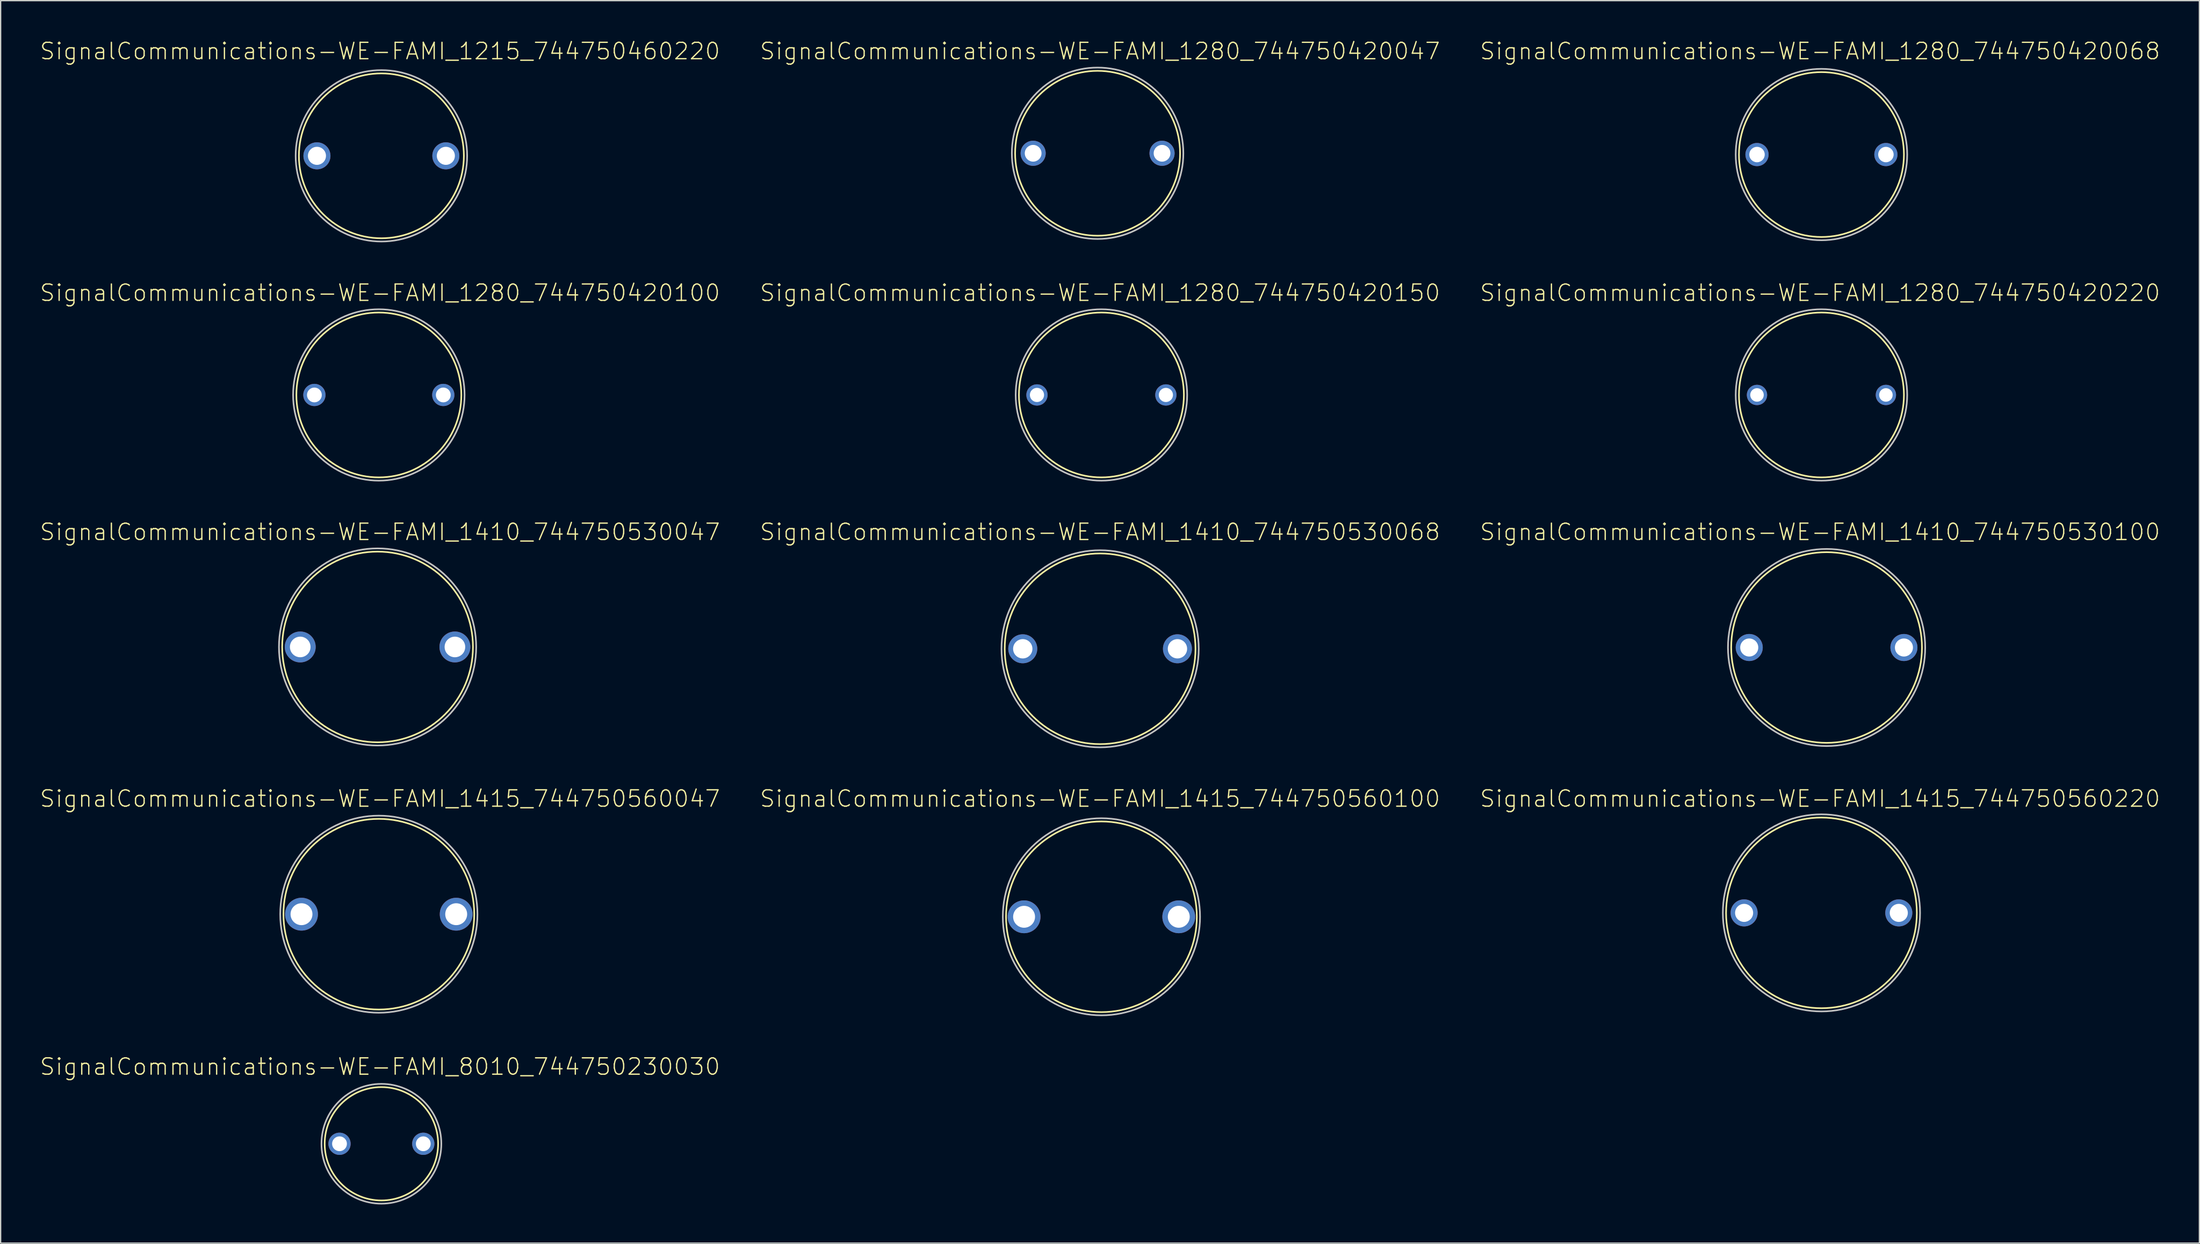
<source format=kicad_pcb>
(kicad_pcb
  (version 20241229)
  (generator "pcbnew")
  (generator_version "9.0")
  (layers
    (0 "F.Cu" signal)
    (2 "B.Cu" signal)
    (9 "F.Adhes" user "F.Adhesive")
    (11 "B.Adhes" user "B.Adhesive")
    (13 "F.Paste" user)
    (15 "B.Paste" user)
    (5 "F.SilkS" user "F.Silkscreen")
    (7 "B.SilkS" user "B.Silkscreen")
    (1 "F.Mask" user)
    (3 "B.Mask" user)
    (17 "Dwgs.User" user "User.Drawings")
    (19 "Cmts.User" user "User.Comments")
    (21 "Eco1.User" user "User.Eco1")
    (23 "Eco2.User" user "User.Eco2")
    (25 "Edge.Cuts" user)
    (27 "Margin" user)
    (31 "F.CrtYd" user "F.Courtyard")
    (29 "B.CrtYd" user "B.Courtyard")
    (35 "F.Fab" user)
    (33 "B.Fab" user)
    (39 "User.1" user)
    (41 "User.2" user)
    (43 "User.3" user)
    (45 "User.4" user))
  (footprint "SignalCommunications-WE-FAMI_1280_744750420100"
    (layer "F.Cu")
    (at 26.334 27.603)
    (property "Reference" "SignalCommunications-WE-FAMI_1280_744750420100" (at 0.089 -7.925 0) (layer "F.SilkS") (effects (font (size 1.27 1.27) (thickness 0.102))))
    (attr exclude_from_pos_files exclude_from_bom)
    (fp_circle (center 0 0) (end 0 -6.398) (stroke (width 0.127) (type solid)) (fill no) (layer "F.SilkS"))
    (fp_circle (center 0 0) (end 0 -6.65) (stroke (width 0.127) (type solid)) (fill no) (layer "Dwgs.User"))
    (pad "1" thru_hole circle (at -4.999 0) (size 1.725 1.725) (drill 1.148) (layers "*.Cu" "*.Paste" "*.Mask"))
    (pad "2" thru_hole circle (at 4.999 0) (size 1.725 1.725) (drill 1.148) (layers "*.Cu" "*.Paste" "*.Mask")))
  (footprint "SignalCommunications-WE-FAMI_1415_744750560047"
    (layer "F.Cu")
    (at 26.334 67.902)
    (property "Reference" "SignalCommunications-WE-FAMI_1415_744750560047" (at 0.089 -8.966 0) (layer "F.SilkS") (effects (font (size 1.27 1.27) (thickness 0.102))))
    (attr exclude_from_pos_files exclude_from_bom)
    (fp_circle (center 0 0) (end 0 -7.399) (stroke (width 0.127) (type solid)) (fill no) (layer "F.SilkS"))
    (fp_circle (center 0 0) (end 0 -7.648) (stroke (width 0.127) (type solid)) (fill no) (layer "Dwgs.User"))
    (pad "1" thru_hole circle (at -5.999 0) (size 2.548 2.548) (drill 1.699) (layers "*.Cu" "*.Paste" "*.Mask"))
    (pad "2" thru_hole circle (at 5.999 0) (size 2.548 2.548) (drill 1.699) (layers "*.Cu" "*.Paste" "*.Mask")))
  (footprint "SignalCommunications-WE-FAMI_1280_744750420150"
    (layer "F.Cu")
    (at 82.379 27.603)
    (property "Reference" "SignalCommunications-WE-FAMI_1280_744750420150" (at -0.109 -7.925 0) (layer "F.SilkS") (effects (font (size 1.27 1.27) (thickness 0.102))))
    (attr exclude_from_pos_files exclude_from_bom)
    (fp_circle (center 0 0) (end 0 -6.398) (stroke (width 0.127) (type solid)) (fill no) (layer "F.SilkS"))
    (fp_circle (center 0 0) (end 0 -6.65) (stroke (width 0.127) (type solid)) (fill no) (layer "Dwgs.User"))
    (pad "1" thru_hole circle (at -4.999 0) (size 1.648 1.648) (drill 1.1) (layers "*.Cu" "*.Paste" "*.Mask"))
    (pad "2" thru_hole circle (at 4.999 0) (size 1.648 1.648) (drill 1.1) (layers "*.Cu" "*.Paste" "*.Mask")))
  (footprint "SignalCommunications-WE-FAMI_1415_744750560220"
    (layer "F.Cu")
    (at 138.226 67.8)
    (property "Reference" "SignalCommunications-WE-FAMI_1415_744750560220" (at -0.109 -8.865 0) (layer "F.SilkS") (effects (font (size 1.27 1.27) (thickness 0.102))))
    (attr exclude_from_pos_files exclude_from_bom)
    (fp_circle (center 0 0) (end 0 -7.399) (stroke (width 0.127) (type solid)) (fill no) (layer "F.SilkS"))
    (fp_circle (center 0 0) (end 0 -7.648) (stroke (width 0.127) (type solid)) (fill no) (layer "Dwgs.User"))
    (pad "1" thru_hole circle (at -5.999 0) (size 2.098 2.098) (drill 1.4) (layers "*.Cu" "*.Paste" "*.Mask"))
    (pad "2" thru_hole circle (at 5.999 0) (size 2.098 2.098) (drill 1.4) (layers "*.Cu" "*.Paste" "*.Mask")))
  (footprint "SignalCommunications-WE-FAMI_1410_744750530068"
    (layer "F.Cu")
    (at 82.277 47.303)
    (property "Reference" "SignalCommunications-WE-FAMI_1410_744750530068" (at -0.008 -9.065 0) (layer "F.SilkS") (effects (font (size 1.27 1.27) (thickness 0.102))))
    (attr exclude_from_pos_files exclude_from_bom)
    (fp_circle (center 0 0) (end 0 -7.399) (stroke (width 0.127) (type solid)) (fill no) (layer "F.SilkS"))
    (fp_circle (center 0 0) (end 0 -7.648) (stroke (width 0.127) (type solid)) (fill no) (layer "Dwgs.User"))
    (pad "1" thru_hole circle (at -5.999 0) (size 2.248 2.248) (drill 1.499) (layers "*.Cu" "*.Paste" "*.Mask"))
    (pad "2" thru_hole circle (at 5.999 0) (size 2.248 2.248) (drill 1.499) (layers "*.Cu" "*.Paste" "*.Mask")))
  (footprint "SignalCommunications-WE-FAMI_1215_744750460220"
    (layer "F.Cu")
    (at 26.532 9.044)
    (property "Reference" "SignalCommunications-WE-FAMI_1215_744750460220" (at -0.109 -8.123 0) (layer "F.SilkS") (effects (font (size 1.27 1.27) (thickness 0.102))))
    (attr exclude_from_pos_files exclude_from_bom)
    (fp_circle (center 0 0) (end 0 -6.398) (stroke (width 0.127) (type solid)) (fill no) (layer "F.SilkS"))
    (fp_circle (center 0 0) (end 0 -6.65) (stroke (width 0.127) (type solid)) (fill no) (layer "Dwgs.User"))
    (pad "1" thru_hole circle (at -4.999 0) (size 2.098 2.098) (drill 1.4) (layers "*.Cu" "*.Paste" "*.Mask"))
    (pad "2" thru_hole circle (at 4.999 0) (size 2.098 2.098) (drill 1.4) (layers "*.Cu" "*.Paste" "*.Mask")))
  (footprint "SignalCommunications-WE-FAMI_1280_744750420068"
    (layer "F.Cu")
    (at 138.226 8.945)
    (property "Reference" "SignalCommunications-WE-FAMI_1280_744750420068" (at -0.109 -8.024 0) (layer "F.SilkS") (effects (font (size 1.27 1.27) (thickness 0.102))))
    (attr exclude_from_pos_files exclude_from_bom)
    (fp_circle (center 0 0) (end 0 -6.398) (stroke (width 0.127) (type solid)) (fill no) (layer "F.SilkS"))
    (fp_circle (center 0 0) (end 0 -6.65) (stroke (width 0.127) (type solid)) (fill no) (layer "Dwgs.User"))
    (pad "1" thru_hole circle (at -4.999 0) (size 1.798 1.798) (drill 1.199) (layers "*.Cu" "*.Paste" "*.Mask"))
    (pad "2" thru_hole circle (at 4.999 0) (size 1.798 1.798) (drill 1.199) (layers "*.Cu" "*.Paste" "*.Mask")))
  (footprint "SignalCommunications-WE-FAMI_1280_744750420047"
    (layer "F.Cu")
    (at 82.082 8.846)
    (property "Reference" "SignalCommunications-WE-FAMI_1280_744750420047" (at 0.188 -7.925 0) (layer "F.SilkS") (effects (font (size 1.27 1.27) (thickness 0.102))))
    (attr exclude_from_pos_files exclude_from_bom)
    (fp_circle (center 0 0) (end 0 -6.398) (stroke (width 0.127) (type solid)) (fill no) (layer "F.SilkS"))
    (fp_circle (center 0 0) (end 0 -6.65) (stroke (width 0.127) (type solid)) (fill no) (layer "Dwgs.User"))
    (pad "1" thru_hole circle (at -4.999 0) (size 1.948 1.948) (drill 1.298) (layers "*.Cu" "*.Paste" "*.Mask"))
    (pad "2" thru_hole circle (at 4.999 0) (size 1.948 1.948) (drill 1.298) (layers "*.Cu" "*.Paste" "*.Mask")))
  (footprint "SignalCommunications-WE-FAMI_1410_744750530047"
    (layer "F.Cu")
    (at 26.235 47.161)
    (property "Reference" "SignalCommunications-WE-FAMI_1410_744750530047" (at 0.188 -8.923 0) (layer "F.SilkS") (effects (font (size 1.27 1.27) (thickness 0.102))))
    (attr exclude_from_pos_files exclude_from_bom)
    (fp_circle (center 0 0) (end 0 -7.399) (stroke (width 0.127) (type solid)) (fill no) (layer "F.SilkS"))
    (fp_circle (center 0 0) (end 0 -7.648) (stroke (width 0.127) (type solid)) (fill no) (layer "Dwgs.User"))
    (pad "1" thru_hole circle (at -5.999 0) (size 2.398 2.398) (drill 1.598) (layers "*.Cu" "*.Paste" "*.Mask"))
    (pad "2" thru_hole circle (at 5.999 0) (size 2.398 2.398) (drill 1.598) (layers "*.Cu" "*.Paste" "*.Mask")))
  (footprint "SignalCommunications-WE-FAMI_1410_744750530100"
    (layer "F.Cu")
    (at 138.624 47.204)
    (property "Reference" "SignalCommunications-WE-FAMI_1410_744750530100" (at -0.508 -8.966 0) (layer "F.SilkS") (effects (font (size 1.27 1.27) (thickness 0.102))))
    (attr exclude_from_pos_files exclude_from_bom)
    (fp_circle (center 0 0) (end 0 -7.399) (stroke (width 0.127) (type solid)) (fill no) (layer "F.SilkS"))
    (fp_circle (center 0 0) (end 0 -7.648) (stroke (width 0.127) (type solid)) (fill no) (layer "Dwgs.User"))
    (pad "1" thru_hole circle (at -5.999 0) (size 2.098 2.098) (drill 1.4) (layers "*.Cu" "*.Paste" "*.Mask"))
    (pad "2" thru_hole circle (at 5.999 0) (size 2.098 2.098) (drill 1.4) (layers "*.Cu" "*.Paste" "*.Mask")))
  (footprint "SignalCommunications-WE-FAMI_1415_744750560100"
    (layer "F.Cu")
    (at 82.379 68.103)
    (property "Reference" "SignalCommunications-WE-FAMI_1415_744750560100" (at -0.109 -9.167 0) (layer "F.SilkS") (effects (font (size 1.27 1.27) (thickness 0.102))))
    (attr exclude_from_pos_files exclude_from_bom)
    (fp_circle (center 0 0) (end 0 -7.399) (stroke (width 0.127) (type solid)) (fill no) (layer "F.SilkS"))
    (fp_circle (center 0 0) (end 0 -7.648) (stroke (width 0.127) (type solid)) (fill no) (layer "Dwgs.User"))
    (pad "1" thru_hole circle (at -5.999 0) (size 2.548 2.548) (drill 1.699) (layers "*.Cu" "*.Paste" "*.Mask"))
    (pad "2" thru_hole circle (at 5.999 0) (size 2.548 2.548) (drill 1.699) (layers "*.Cu" "*.Paste" "*.Mask")))
  (footprint "SignalCommunications-WE-FAMI_1280_744750420220"
    (layer "F.Cu")
    (at 138.226 27.603)
    (property "Reference" "SignalCommunications-WE-FAMI_1280_744750420220" (at -0.109 -7.925 0) (layer "F.SilkS") (effects (font (size 1.27 1.27) (thickness 0.102))))
    (attr exclude_from_pos_files exclude_from_bom)
    (fp_circle (center 0 0) (end 0 -6.398) (stroke (width 0.127) (type solid)) (fill no) (layer "F.SilkS"))
    (fp_circle (center 0 0) (end 0 -6.65) (stroke (width 0.127) (type solid)) (fill no) (layer "Dwgs.User"))
    (pad "1" thru_hole circle (at -4.999 0) (size 1.575 1.575) (drill 1.049) (layers "*.Cu" "*.Paste" "*.Mask"))
    (pad "2" thru_hole circle (at 4.999 0) (size 1.575 1.575) (drill 1.049) (layers "*.Cu" "*.Paste" "*.Mask")))
  (footprint "SignalCommunications-WE-FAMI_8010_744750230030"
    (layer "F.Cu")
    (at 26.532 85.72)
    (property "Reference" "SignalCommunications-WE-FAMI_8010_744750230030" (at -0.109 -5.984 0) (layer "F.SilkS") (effects (font (size 1.27 1.27) (thickness 0.102))))
    (attr exclude_from_pos_files exclude_from_bom)
    (fp_circle (center 0 0) (end 0 -4.399) (stroke (width 0.127) (type solid)) (fill no) (layer "F.SilkS"))
    (fp_circle (center 0 0) (end 0 -4.648) (stroke (width 0.127) (type solid)) (fill no) (layer "Dwgs.User"))
    (pad "1" thru_hole circle (at -3.249 0) (size 1.725 1.725) (drill 1.148) (layers "*.Cu" "*.Paste" "*.Mask"))
    (pad "2" thru_hole circle (at 3.249 0) (size 1.725 1.725) (drill 1.148) (layers "*.Cu" "*.Paste" "*.Mask")))
  (gr_rect
    (start -3 -3)
    (end 167.54 93.431)
    (stroke (width 0.1) (type default))
    (fill no)
    (layer "Edge.Cuts")))
</source>
